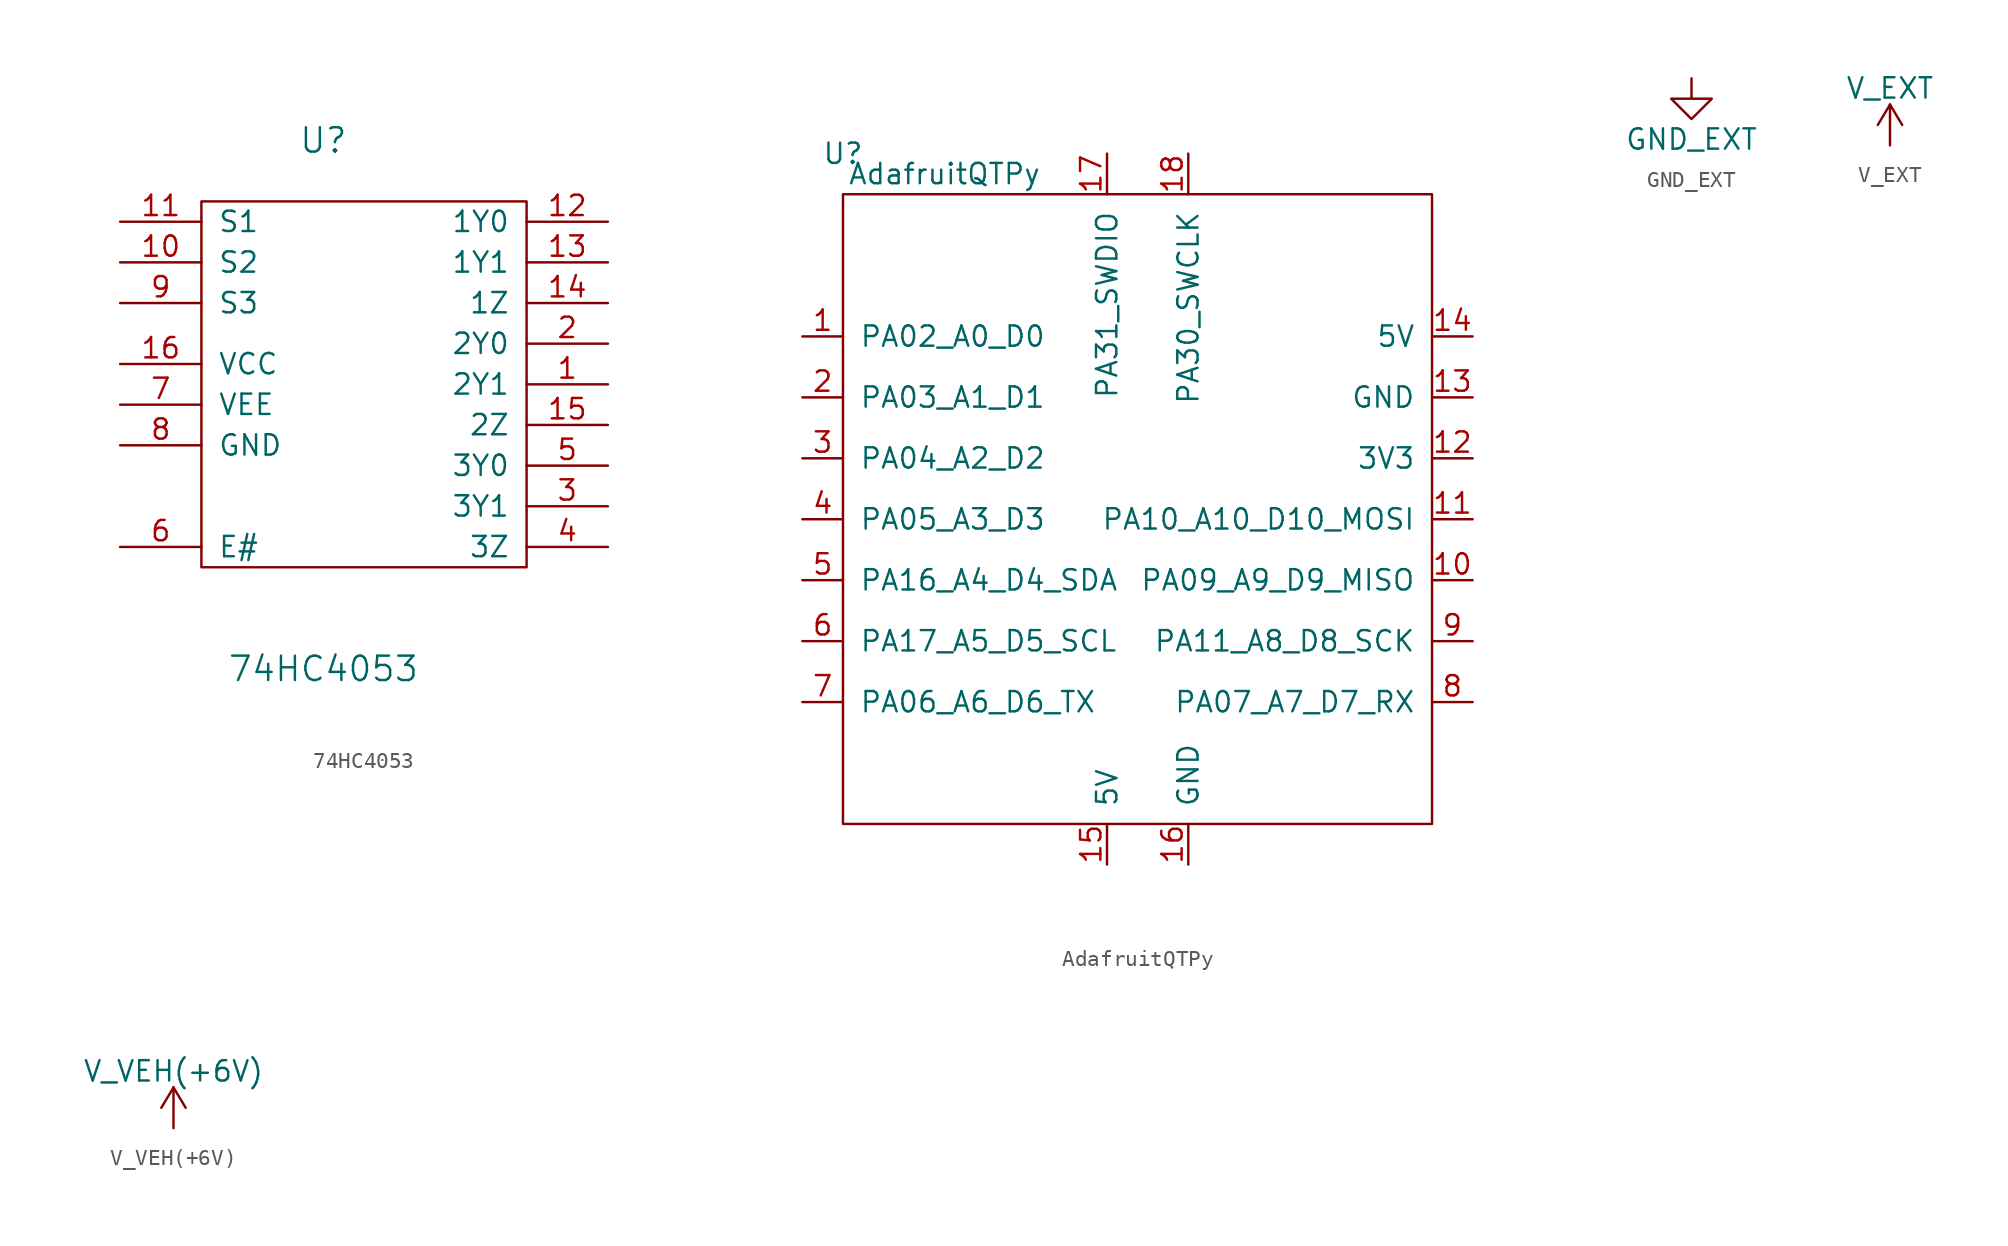
<source format=kicad_sym>
(kicad_symbol_lib
  (version 20220914)
  (generator kicad_symbol_editor)
  (symbol "74HC4053"
    (pin_names
      (offset 1.016))
    (property "Reference" "U"
      (at -1.27 19.05 0)
      (effects (font (size 1.524 1.524))))
    (property "Value" "74HC4053"
      (at -1.27 -13.97 0)
      (effects (font (size 1.524 1.524))))
    (property "Footprint" ""
      (at 0 0 0)
      (effects (font (size 1.524 1.524))))
    (property "Datasheet" ""
      (at 0 0 0)
      (effects (font (size 1.524 1.524))))
    (symbol "74HC4053_0_1"
      (rectangle (start -8.89 15.24) (end 11.43 -7.62) (stroke (width 0) (type solid)) (fill (type none))))
    (symbol "74HC4053_1_1"
      (pin bidirectional line (at 16.51 3.81 180) (length 5.08) (name "2Y1" (effects (font (size 1.27 1.27)))) (number "1" (effects (font (size 1.27 1.27)))))
      (pin input line (at -13.97 11.43 0) (length 5.08) (name "S2" (effects (font (size 1.27 1.27)))) (number "10" (effects (font (size 1.27 1.27)))))
      (pin input line (at -13.97 13.97 0) (length 5.08) (name "S1" (effects (font (size 1.27 1.27)))) (number "11" (effects (font (size 1.27 1.27)))))
      (pin bidirectional line (at 16.51 13.97 180) (length 5.08) (name "1Y0" (effects (font (size 1.27 1.27)))) (number "12" (effects (font (size 1.27 1.27)))))
      (pin bidirectional line (at 16.51 11.43 180) (length 5.08) (name "1Y1" (effects (font (size 1.27 1.27)))) (number "13" (effects (font (size 1.27 1.27)))))
      (pin bidirectional line (at 16.51 8.89 180) (length 5.08) (name "1Z" (effects (font (size 1.27 1.27)))) (number "14" (effects (font (size 1.27 1.27)))))
      (pin bidirectional line (at 16.51 1.27 180) (length 5.08) (name "2Z" (effects (font (size 1.27 1.27)))) (number "15" (effects (font (size 1.27 1.27)))))
      (pin power_in line (at -13.97 5.08 0) (length 5.08) (name "VCC" (effects (font (size 1.27 1.27)))) (number "16" (effects (font (size 1.27 1.27)))))
      (pin bidirectional line (at 16.51 6.35 180) (length 5.08) (name "2Y0" (effects (font (size 1.27 1.27)))) (number "2" (effects (font (size 1.27 1.27)))))
      (pin bidirectional line (at 16.51 -3.81 180) (length 5.08) (name "3Y1" (effects (font (size 1.27 1.27)))) (number "3" (effects (font (size 1.27 1.27)))))
      (pin bidirectional line (at 16.51 -6.35 180) (length 5.08) (name "3Z" (effects (font (size 1.27 1.27)))) (number "4" (effects (font (size 1.27 1.27)))))
      (pin bidirectional line (at 16.51 -1.27 180) (length 5.08) (name "3Y0" (effects (font (size 1.27 1.27)))) (number "5" (effects (font (size 1.27 1.27)))))
      (pin input line (at -13.97 -6.35 0) (length 5.08) (name "E#" (effects (font (size 1.27 1.27)))) (number "6" (effects (font (size 1.27 1.27)))))
      (pin power_in line (at -13.97 2.54 0) (length 5.08) (name "VEE" (effects (font (size 1.27 1.27)))) (number "7" (effects (font (size 1.27 1.27)))))
      (pin power_in line (at -13.97 0 0) (length 5.08) (name "GND" (effects (font (size 1.27 1.27)))) (number "8" (effects (font (size 1.27 1.27)))))
      (pin input line (at -13.97 8.89 0) (length 5.08) (name "S3" (effects (font (size 1.27 1.27)))) (number "9" (effects (font (size 1.27 1.27)))))))
  (symbol "AdafruitQTPy"
    (pin_names
      (offset 1.016))
    (property "Reference" "U"
      (at -19.05 22.86 0)
      (effects (font (size 1.27 1.27))))
    (property "Value" "AdafruitQTPy"
      (at -12.7 21.59 0)
      (effects (font (size 1.27 1.27))))
    (symbol "AdafruitQTPy_0_1"
      (rectangle (start -19.05 20.32) (end 17.78 -19.05) (stroke (width 0) (type solid)) (fill (type none))))
    (symbol "AdafruitQTPy_1_1"
      (pin input line (at -21.59 11.43 0) (length 2.54) (name "PA02_A0_D0" (effects (font (size 1.27 1.27)))) (number "1" (effects (font (size 1.27 1.27)))))
      (pin output line (at 20.32 -3.81 180) (length 2.54) (name "PA09_A9_D9_MISO" (effects (font (size 1.27 1.27)))) (number "10" (effects (font (size 1.27 1.27)))))
      (pin input line (at 20.32 0 180) (length 2.54) (name "PA10_A10_D10_MOSI" (effects (font (size 1.27 1.27)))) (number "11" (effects (font (size 1.27 1.27)))))
      (pin power_in line (at 20.32 3.81 180) (length 2.54) (name "3V3" (effects (font (size 1.27 1.27)))) (number "12" (effects (font (size 1.27 1.27)))))
      (pin power_in line (at 20.32 7.62 180) (length 2.54) (name "GND" (effects (font (size 1.27 1.27)))) (number "13" (effects (font (size 1.27 1.27)))))
      (pin power_in line (at 20.32 11.43 180) (length 2.54) (name "5V" (effects (font (size 1.27 1.27)))) (number "14" (effects (font (size 1.27 1.27)))))
      (pin power_in line (at -2.54 -21.59 90) (length 2.54) (name "5V" (effects (font (size 1.27 1.27)))) (number "15" (effects (font (size 1.27 1.27)))))
      (pin power_in line (at 2.54 -21.59 90) (length 2.54) (name "GND" (effects (font (size 1.27 1.27)))) (number "16" (effects (font (size 1.27 1.27)))))
      (pin input line (at -2.54 22.86 270) (length 2.54) (name "PA31_SWDIO" (effects (font (size 1.27 1.27)))) (number "17" (effects (font (size 1.27 1.27)))))
      (pin input line (at 2.54 22.86 270) (length 2.54) (name "PA30_SWCLK" (effects (font (size 1.27 1.27)))) (number "18" (effects (font (size 1.27 1.27)))))
      (pin input line (at -21.59 7.62 0) (length 2.54) (name "PA03_A1_D1" (effects (font (size 1.27 1.27)))) (number "2" (effects (font (size 1.27 1.27)))))
      (pin input line (at -21.59 3.81 0) (length 2.54) (name "PA04_A2_D2" (effects (font (size 1.27 1.27)))) (number "3" (effects (font (size 1.27 1.27)))))
      (pin input line (at -21.59 0 0) (length 2.54) (name "PA05_A3_D3" (effects (font (size 1.27 1.27)))) (number "4" (effects (font (size 1.27 1.27)))))
      (pin output line (at -21.59 -3.81 0) (length 2.54) (name "PA16_A4_D4_SDA" (effects (font (size 1.27 1.27)))) (number "5" (effects (font (size 1.27 1.27)))))
      (pin output line (at -21.59 -7.62 0) (length 2.54) (name "PA17_A5_D5_SCL" (effects (font (size 1.27 1.27)))) (number "6" (effects (font (size 1.27 1.27)))))
      (pin output line (at -21.59 -11.43 0) (length 2.54) (name "PA06_A6_D6_TX" (effects (font (size 1.27 1.27)))) (number "7" (effects (font (size 1.27 1.27)))))
      (pin input line (at 20.32 -11.43 180) (length 2.54) (name "PA07_A7_D7_RX" (effects (font (size 1.27 1.27)))) (number "8" (effects (font (size 1.27 1.27)))))
      (pin output line (at 20.32 -7.62 180) (length 2.54) (name "PA11_A8_D8_SCK" (effects (font (size 1.27 1.27)))) (number "9" (effects (font (size 1.27 1.27)))))))
  (symbol "GND_EXT"
    (power)
    (pin_names
      (offset 0))
    (property "Reference" "#PWR"
      (at 0 -6.35 0)
      (effects (font (size 1.27 1.27)) hide))
    (property "Value" "GND_EXT"
      (at 0 -3.81 0)
      (effects (font (size 1.27 1.27))))
    (symbol "GND_EXT_0_1"
      (polyline (pts (xy 0 0) (xy 0 -1.27) (xy 1.27 -1.27) (xy 0 -2.54) (xy -1.27 -1.27) (xy 0 -1.27)) (stroke (width 0) (type solid)) (fill (type none))))
    (symbol "GND_EXT_1_1"
      (pin power_in line (at 0 0 270) (length 0) hide (name "GND_EXT" (effects (font (size 1.27 1.27)))) (number "1" (effects (font (size 1.27 1.27)))))))
  (symbol "V_EXT"
    (power)
    (pin_names
      (offset 0))
    (property "Reference" "#PWR"
      (at 0 -3.81 0)
      (effects (font (size 1.27 1.27)) hide))
    (property "Value" "V_EXT"
      (at 0 3.556 0)
      (effects (font (size 1.27 1.27))))
    (symbol "V_EXT_0_1"
      (polyline (pts (xy -0.762 1.27) (xy 0 2.54)) (stroke (width 0) (type solid)) (fill (type none)))
      (polyline (pts (xy 0 0) (xy 0 2.54)) (stroke (width 0) (type solid)) (fill (type none)))
      (polyline (pts (xy 0 2.54) (xy 0.762 1.27)) (stroke (width 0) (type solid)) (fill (type none))))
    (symbol "V_EXT_1_1"
      (pin power_in line (at 0 0 90) (length 0) hide (name "+V_EXT" (effects (font (size 1.27 1.27)))) (number "1" (effects (font (size 1.27 1.27)))))))
  (symbol "V_VEH(+6V)"
    (power)
    (pin_names
      (offset 0))
    (property "Reference" "#PWR"
      (at 0 -3.81 0)
      (effects (font (size 1.27 1.27)) hide))
    (property "Value" "V_VEH(+6V)"
      (at 0 3.556 0)
      (effects (font (size 1.27 1.27))))
    (symbol "V_VEH(+6V)_0_1"
      (polyline (pts (xy -0.762 1.27) (xy 0 2.54)) (stroke (width 0) (type solid)) (fill (type none)))
      (polyline (pts (xy 0 0) (xy 0 2.54)) (stroke (width 0) (type solid)) (fill (type none)))
      (polyline (pts (xy 0 2.54) (xy 0.762 1.27)) (stroke (width 0) (type solid)) (fill (type none))))
    (symbol "V_VEH(+6V)_1_1"
      (pin power_in line (at 0 0 90) (length 0) hide (name "+V_VEH" (effects (font (size 1.27 1.27)))) (number "1" (effects (font (size 1.27 1.27))))))))
</source>
